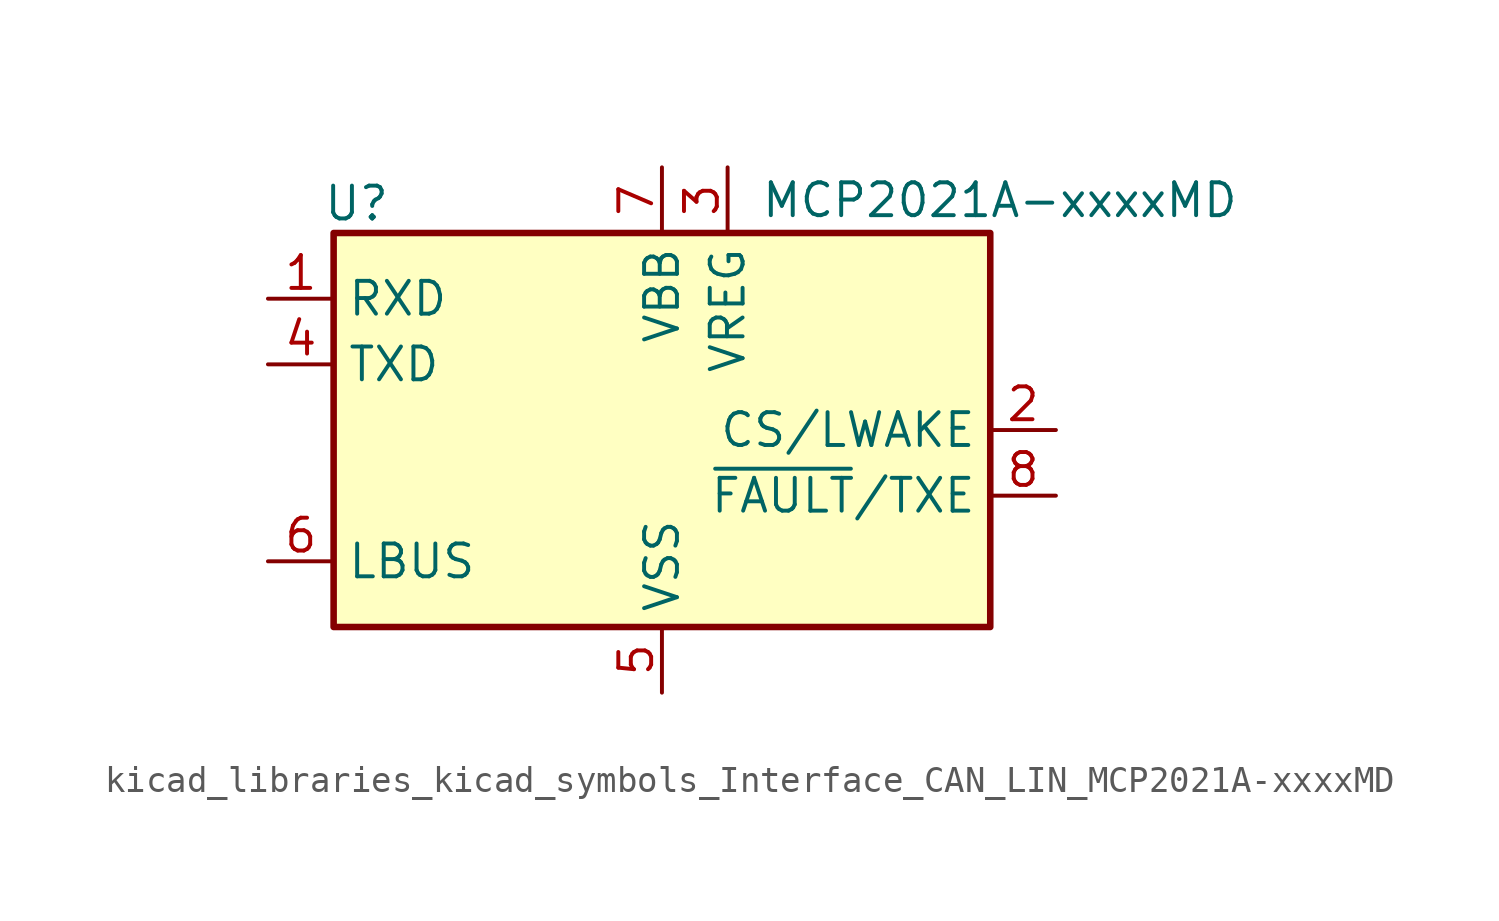
<source format=kicad_sym>
(kicad_symbol_lib
  (version 20220914)
  (generator kicad_symbol_editor)
  (symbol "kicad_libraries_kicad_symbols_Interface_CAN_LIN_MCP2021A-xxxxMD"
    (property "Reference" "U"
      (at -11.811 8.763 0)
      (effects (font (size 1.27 1.27))))
    (property "Value" "MCP2021A-xxxxMD"
      (at 3.81 8.89 0)
      (effects (font (size 1.27 1.27)) (justify left)))
    (symbol "kicad_libraries_kicad_symbols_Interface_CAN_LIN_MCP2021A-xxxxMD_0_1"
      (rectangle (start -12.7 7.62) (end 12.7 -7.62) (stroke (width 0.254) (type default)) (fill (type background))))
    (symbol "kicad_libraries_kicad_symbols_Interface_CAN_LIN_MCP2021A-xxxxMD_1_1"
      (pin output line (at -15.24 5.08 0) (length 2.54) (name "RXD" (effects (font (size 1.27 1.27)))) (number "1" (effects (font (size 1.27 1.27)))))
      (pin input line (at 15.24 0 180) (length 2.54) (name "CS/LWAKE" (effects (font (size 1.27 1.27)))) (number "2" (effects (font (size 1.27 1.27)))))
      (pin power_out line (at 2.54 10.16 270) (length 2.54) (name "VREG" (effects (font (size 1.27 1.27)))) (number "3" (effects (font (size 1.27 1.27)))))
      (pin input line (at -15.24 2.54 0) (length 2.54) (name "TXD" (effects (font (size 1.27 1.27)))) (number "4" (effects (font (size 1.27 1.27)))))
      (pin power_in line (at 0 -10.16 90) (length 2.54) (name "VSS" (effects (font (size 1.27 1.27)))) (number "5" (effects (font (size 1.27 1.27)))))
      (pin open_collector line (at -15.24 -5.08 0) (length 2.54) (name "LBUS" (effects (font (size 1.27 1.27)))) (number "6" (effects (font (size 1.27 1.27)))))
      (pin power_in line (at 0 10.16 270) (length 2.54) (name "VBB" (effects (font (size 1.27 1.27)))) (number "7" (effects (font (size 1.27 1.27)))))
      (pin open_collector line (at 15.24 -2.54 180) (length 2.54) (name "~{FAULT}/TXE" (effects (font (size 1.27 1.27)))) (number "8" (effects (font (size 1.27 1.27)))))
      (pin passive line (at 0 -10.16 90) (length 2.54) hide (name "VSS" (effects (font (size 1.27 1.27)))) (number "9" (effects (font (size 1.27 1.27))))))))
</source>
